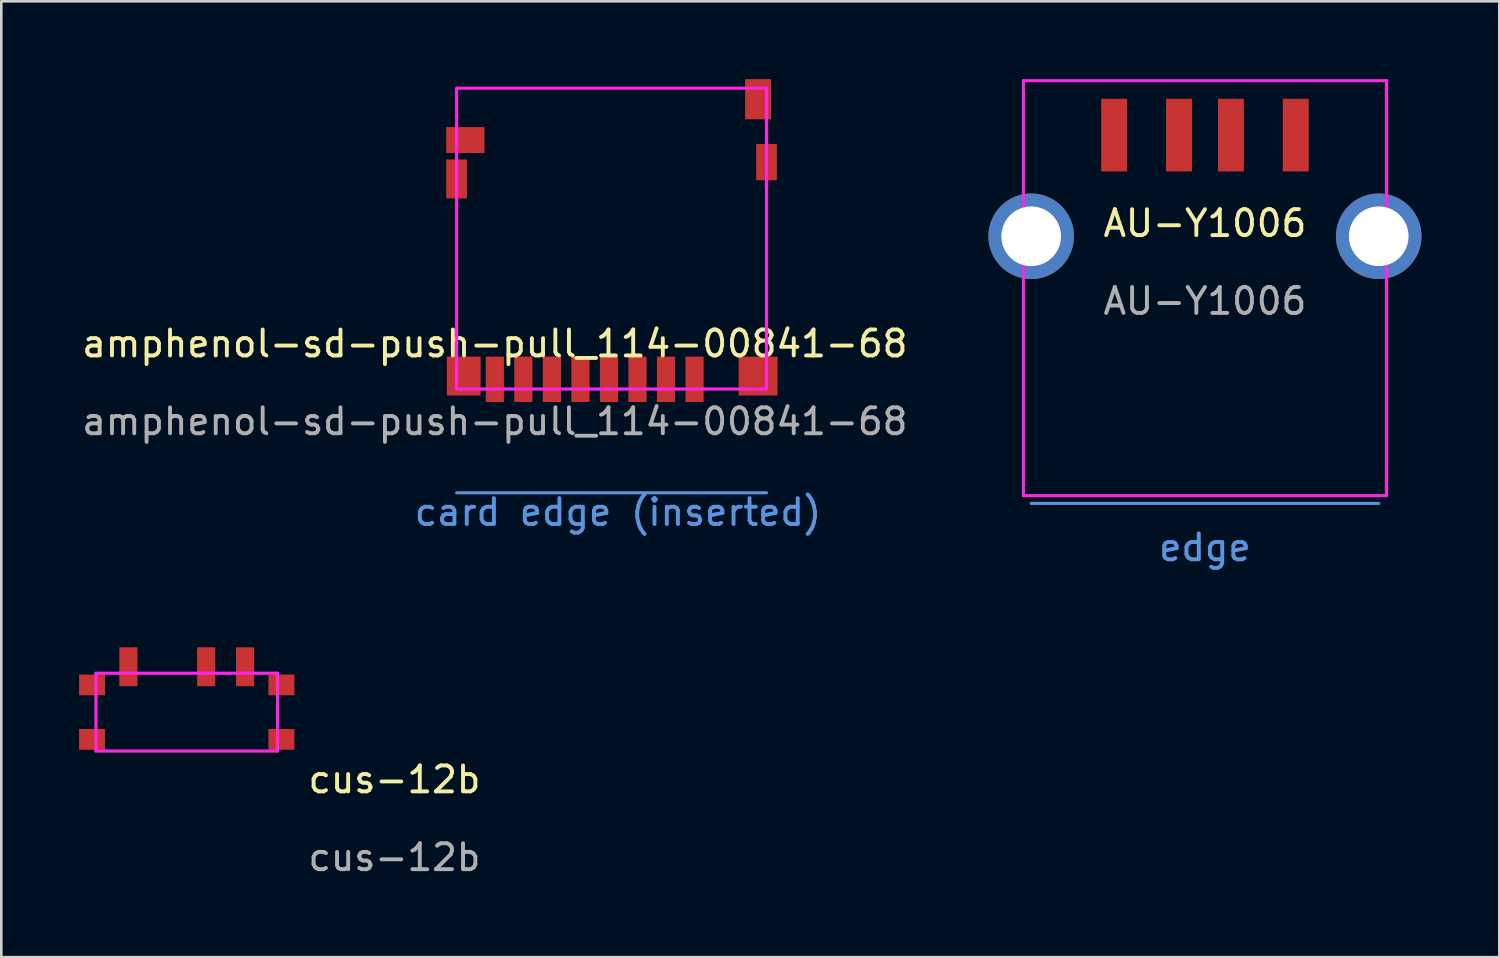
<source format=kicad_pcb>
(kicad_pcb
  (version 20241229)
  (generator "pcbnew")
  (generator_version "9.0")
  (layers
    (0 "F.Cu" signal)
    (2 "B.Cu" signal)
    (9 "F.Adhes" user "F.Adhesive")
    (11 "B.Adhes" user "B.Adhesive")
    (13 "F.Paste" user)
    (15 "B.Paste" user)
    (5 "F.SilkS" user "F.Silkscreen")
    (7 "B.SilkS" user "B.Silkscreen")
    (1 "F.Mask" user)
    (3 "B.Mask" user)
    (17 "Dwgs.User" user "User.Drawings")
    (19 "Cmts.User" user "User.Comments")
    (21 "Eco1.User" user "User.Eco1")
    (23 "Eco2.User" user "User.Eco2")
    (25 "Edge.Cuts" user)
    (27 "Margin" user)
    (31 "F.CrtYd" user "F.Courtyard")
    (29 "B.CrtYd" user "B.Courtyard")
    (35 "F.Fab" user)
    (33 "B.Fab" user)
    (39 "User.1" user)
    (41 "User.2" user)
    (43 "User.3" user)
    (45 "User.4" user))
  (footprint "AU-Y1006"
    (layer "F.Cu")
    (at 43.41 6.06)
    (property "Reference" "AU-Y1006" (at 0 -0.5 0) (unlocked yes) (layer "F.SilkS") (effects (font (size 1 1) (thickness 0.15))))
    (fp_line (start -6.7 10.3) (end 6.7 10.3) (stroke (width 0.12) (type solid)) (layer "Cmts.User"))
    (fp_line (start -7 -6) (end -7 10) (stroke (width 0.12) (type solid)) (layer "F.CrtYd"))
    (fp_line (start -7 10) (end 7 10) (stroke (width 0.12) (type solid)) (layer "F.CrtYd"))
    (fp_line (start 7 -6) (end -7 -6) (stroke (width 0.12) (type solid)) (layer "F.CrtYd"))
    (fp_line (start 7 10) (end 7 -6) (stroke (width 0.12) (type solid)) (layer "F.CrtYd"))
    (fp_text user "edge" (at 0 12 0) (unlocked yes) (layer "Cmts.User") (effects (font (size 1 1) (thickness 0.15))))
    (fp_text user "${REFERENCE}" (at 0 2.5 0) (unlocked yes) (layer "F.Fab") (effects (font (size 1 1) (thickness 0.15))))
    (pad "1" smd rect (at -3.5 -3.9) (size 1 2.8) (layers "F.Cu" "F.Mask" "F.Paste"))
    (pad "2" smd rect (at -1 -3.9) (size 1 2.8) (layers "F.Cu" "F.Mask" "F.Paste"))
    (pad "3" smd rect (at 1 -3.9) (size 1 2.8) (layers "F.Cu" "F.Mask" "F.Paste"))
    (pad "4" smd rect (at 3.5 -3.9) (size 1 2.8) (layers "F.Cu" "F.Mask" "F.Paste"))
    (pad "5" thru_hole circle (at -6.7 0) (size 3.3 3.3) (drill 2.3) (layers "*.Cu" "*.Mask"))
    (pad "5" thru_hole circle (at 6.7 0) (size 3.3 3.3) (drill 2.3) (layers "*.Cu" "*.Mask")))
  (footprint "amphenol-sd-push-pull_114-00841-68"
    (layer "F.Cu")
    (at 16.03 10.7)
    (property "Reference" "amphenol-sd-push-pull_114-00841-68" (at 0 -0.5 0) (unlocked yes) (layer "F.SilkS") (effects (font (size 1 1) (thickness 0.15))))
    (fp_line (start -1.475 5.25) (end 10.475 5.25) (stroke (width 0.12) (type solid)) (layer "Cmts.User"))
    (fp_rect (start -1.475 1.25) (end 10.475 -10.35) (stroke (width 0.12) (type solid)) (fill no) (layer "F.CrtYd"))
    (fp_text user "card edge (inserted)" (at 4.75 6 0) (unlocked yes) (layer "Cmts.User") (effects (font (size 1 1) (thickness 0.15))))
    (fp_text user "${REFERENCE}" (at 0 2.5 0) (unlocked yes) (layer "F.Fab") (effects (font (size 1 1) (thickness 0.15))))
    (pad "1" smd rect (at 7.7 0.875) (size 0.7 1.75) (layers "F.Cu" "F.Mask" "F.Paste"))
    (pad "2" smd rect (at 6.6 0.875) (size 0.7 1.75) (layers "F.Cu" "F.Mask" "F.Paste"))
    (pad "3" smd rect (at 5.5 0.875) (size 0.7 1.75) (layers "F.Cu" "F.Mask" "F.Paste"))
    (pad "4" smd rect (at 4.4 0.875) (size 0.7 1.75) (layers "F.Cu" "F.Mask" "F.Paste"))
    (pad "5" smd rect (at 3.3 0.875) (size 0.7 1.75) (layers "F.Cu" "F.Mask" "F.Paste"))
    (pad "6" smd rect (at 2.2 0.875) (size 0.7 1.75) (layers "F.Cu" "F.Mask" "F.Paste"))
    (pad "7" smd rect (at 1.1 0.875) (size 0.7 1.75) (layers "F.Cu" "F.Mask" "F.Paste"))
    (pad "8" smd rect (at 0 0.875) (size 0.7 1.75) (layers "F.Cu" "F.Mask" "F.Paste"))
    (pad "9" smd rect (at 10.15 -9.925) (size 1 1.55) (layers "F.Cu" "F.Mask" "F.Paste"))
    (pad "10" smd rect (at -1.137 -8.35) (size 1.475 1) (layers "F.Cu" "F.Mask" "F.Paste"))
    (pad "11" smd rect (at -1.475 -6.85) (size 0.8 1.5) (layers "F.Cu" "F.Mask" "F.Paste"))
    (pad "11" smd rect (at -1.2 0.75) (size 1.3 1.5) (layers "F.Cu" "F.Mask" "F.Paste"))
    (pad "11" smd rect (at 10.15 0.75) (size 1.5 1.5) (layers "F.Cu" "F.Mask" "F.Paste"))
    (pad "11" smd rect (at 10.475 -7.5) (size 0.8 1.4) (layers "F.Cu" "F.Mask" "F.Paste"))
    (zone (net_name "") (layer "F.Cu") (name "pattern prohibited area") (hatch edge 0.508) (connect_pads) (min_thickness 0.254) (filled_areas_thickness no) (keepout (tracks allowed) (vias not_allowed) (pads not_allowed) (copperpour not_allowed) (footprints not_allowed)) (placement (enabled no)) (fill) (polygon (pts (xy 21.08 2.35) (xy 18.58 2.35) (xy 18.58 0.35) (xy 21.08 0.35))))
    (zone (net_name "") (layer "F.Cu") (name "pattern prohibited area") (hatch edge 0.508) (connect_pads) (min_thickness 0.254) (filled_areas_thickness no) (keepout (tracks allowed) (vias not_allowed) (pads not_allowed) (copperpour not_allowed) (footprints allowed)) (placement (enabled no)) (fill) (polygon (pts (xy 23.73 6.4) (xy 15.63 6.4) (xy 15.63 4.6) (xy 23.73 4.6)))))
  (footprint "cus-12b"
    (layer "F.Cu")
    (at 4.15 24.408)
    (property "Reference" "cus-12b" (at 8.01 2.6 0) (unlocked yes) (layer "F.SilkS") (effects (font (size 1 1) (thickness 0.15))))
    (fp_line (start -3.5 -1.5) (end 3.5 -1.5) (stroke (width 0.12) (type solid)) (layer "F.CrtYd"))
    (fp_line (start -3.5 1.5) (end -3.5 -1.5) (stroke (width 0.12) (type solid)) (layer "F.CrtYd"))
    (fp_line (start 3.5 -1.5) (end 3.5 1.5) (stroke (width 0.12) (type solid)) (layer "F.CrtYd"))
    (fp_line (start 3.5 1.5) (end -3.5 1.5) (stroke (width 0.12) (type solid)) (layer "F.CrtYd"))
    (fp_text user "${REFERENCE}" (at 8.01 5.6 0) (unlocked yes) (layer "F.Fab") (effects (font (size 1 1) (thickness 0.15))))
    (pad "" np_thru_hole circle (at -1.5 0) (size 0.001 0.001) (drill 0.9) (layers "*.Cu" "*.Mask"))
    (pad "" np_thru_hole circle (at 1.5 0) (size 0.001 0.001) (drill 0.9) (layers "*.Cu" "*.Mask"))
    (pad "1" smd rect (at -2.25 -1.75) (size 0.7 1.5) (layers "F.Cu" "F.Mask" "F.Paste"))
    (pad "2" smd rect (at 0.75 -1.75) (size 0.7 1.5) (layers "F.Cu" "F.Mask" "F.Paste"))
    (pad "3" smd rect (at 2.25 -1.75) (size 0.7 1.5) (layers "F.Cu" "F.Mask" "F.Paste"))
    (pad "MNT" smd rect (at -3.65 -1.05) (size 1 0.8) (layers "F.Cu" "F.Mask" "F.Paste"))
    (pad "MNT" smd rect (at -3.65 1.05) (size 1 0.8) (layers "F.Cu" "F.Mask" "F.Paste"))
    (pad "MNT" smd rect (at 3.65 -1.05) (size 1 0.8) (layers "F.Cu" "F.Mask" "F.Paste"))
    (pad "MNT" smd rect (at 3.65 1.05) (size 1 0.8) (layers "F.Cu" "F.Mask" "F.Paste")))
  (gr_rect
    (start -3 -3)
    (end 54.76 33.856)
    (stroke (width 0.1) (type default))
    (fill no)
    (layer "Edge.Cuts")))
</source>
